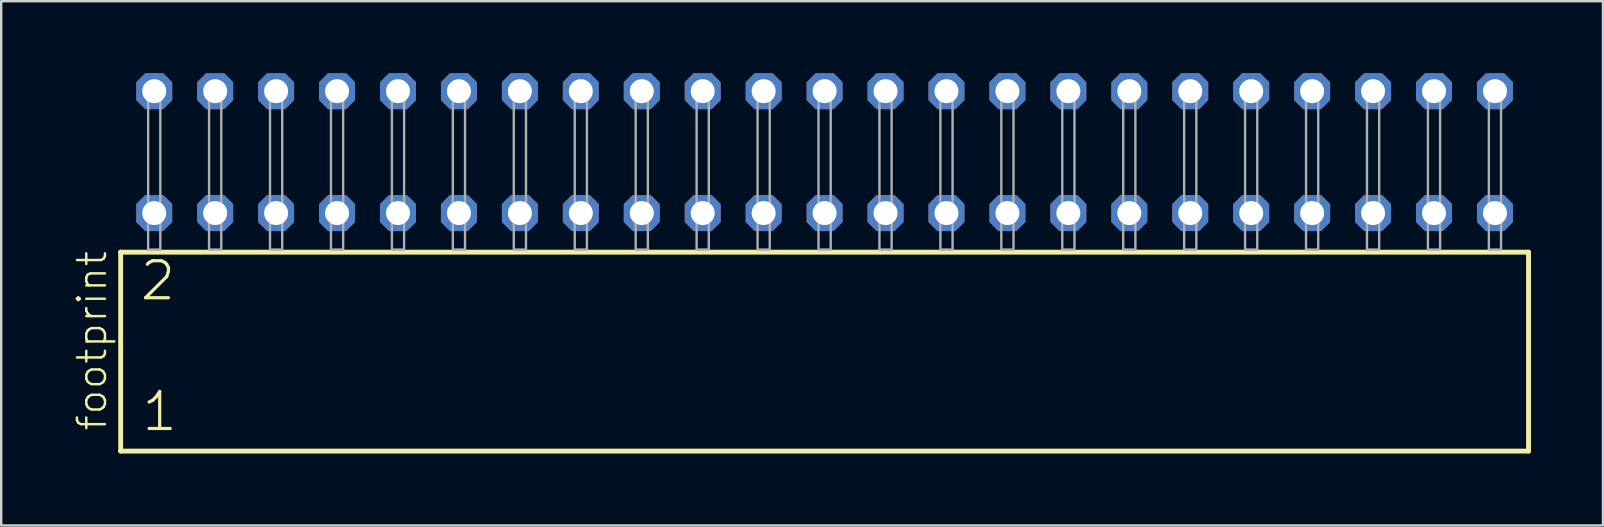
<source format=kicad_pcb>
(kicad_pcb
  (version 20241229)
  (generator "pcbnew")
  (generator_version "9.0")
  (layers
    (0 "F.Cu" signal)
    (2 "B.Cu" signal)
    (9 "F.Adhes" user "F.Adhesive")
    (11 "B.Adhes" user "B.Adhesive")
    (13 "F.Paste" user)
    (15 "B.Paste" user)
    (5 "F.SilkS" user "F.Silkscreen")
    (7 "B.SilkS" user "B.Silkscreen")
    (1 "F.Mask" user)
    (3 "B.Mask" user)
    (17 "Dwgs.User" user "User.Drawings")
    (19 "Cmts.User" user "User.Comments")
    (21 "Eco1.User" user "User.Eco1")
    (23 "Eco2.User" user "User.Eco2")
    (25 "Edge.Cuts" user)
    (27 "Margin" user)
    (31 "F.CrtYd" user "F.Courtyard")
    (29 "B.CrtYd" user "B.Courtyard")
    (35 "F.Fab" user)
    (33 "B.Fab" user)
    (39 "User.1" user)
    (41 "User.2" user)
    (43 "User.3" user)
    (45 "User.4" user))
  (footprint "footprint"
    (layer "F.Cu")
    (at 31.318 7.354)
    (property "Reference" "footprint" (at -29.845 7.62 90) (layer "F.SilkS") (effects (font (size 1.168 1.168) (thickness 0.102)) (justify left bottom)))
    (fp_line (start -29.339 0.106) (end -29.339 8.396) (stroke (width 0.203) (type solid)) (layer "F.SilkS"))
    (fp_line (start -29.339 8.396) (end 29.339 8.396) (stroke (width 0.203) (type solid)) (layer "F.SilkS"))
    (fp_line (start 29.339 0.106) (end -29.339 0.106) (stroke (width 0.203) (type solid)) (layer "F.SilkS"))
    (fp_line (start 29.339 8.396) (end 29.339 0.106) (stroke (width 0.203) (type solid)) (layer "F.SilkS"))
    (fp_poly (pts (xy -28.194 0) (xy -27.686 0) (xy -27.686 -6.858) (xy -28.194 -6.858)) (stroke (width 0.1) (type solid)) (fill no) (layer "F.Fab"))
    (fp_poly (pts (xy -25.654 0) (xy -25.146 0) (xy -25.146 -6.858) (xy -25.654 -6.858)) (stroke (width 0.1) (type solid)) (fill no) (layer "F.Fab"))
    (fp_poly (pts (xy -23.114 0) (xy -22.606 0) (xy -22.606 -6.858) (xy -23.114 -6.858)) (stroke (width 0.1) (type solid)) (fill no) (layer "F.Fab"))
    (fp_poly (pts (xy -20.574 0) (xy -20.066 0) (xy -20.066 -6.858) (xy -20.574 -6.858)) (stroke (width 0.1) (type solid)) (fill no) (layer "F.Fab"))
    (fp_poly (pts (xy -18.034 0) (xy -17.526 0) (xy -17.526 -6.858) (xy -18.034 -6.858)) (stroke (width 0.1) (type solid)) (fill no) (layer "F.Fab"))
    (fp_poly (pts (xy -15.494 0) (xy -14.986 0) (xy -14.986 -6.858) (xy -15.494 -6.858)) (stroke (width 0.1) (type solid)) (fill no) (layer "F.Fab"))
    (fp_poly (pts (xy -12.954 0) (xy -12.446 0) (xy -12.446 -6.858) (xy -12.954 -6.858)) (stroke (width 0.1) (type solid)) (fill no) (layer "F.Fab"))
    (fp_poly (pts (xy -10.414 0) (xy -9.906 0) (xy -9.906 -6.858) (xy -10.414 -6.858)) (stroke (width 0.1) (type solid)) (fill no) (layer "F.Fab"))
    (fp_poly (pts (xy -7.874 0) (xy -7.366 0) (xy -7.366 -6.858) (xy -7.874 -6.858)) (stroke (width 0.1) (type solid)) (fill no) (layer "F.Fab"))
    (fp_poly (pts (xy -5.334 0) (xy -4.826 0) (xy -4.826 -6.858) (xy -5.334 -6.858)) (stroke (width 0.1) (type solid)) (fill no) (layer "F.Fab"))
    (fp_poly (pts (xy -2.794 0) (xy -2.286 0) (xy -2.286 -6.858) (xy -2.794 -6.858)) (stroke (width 0.1) (type solid)) (fill no) (layer "F.Fab"))
    (fp_poly (pts (xy -0.254 0) (xy 0.254 0) (xy 0.254 -6.858) (xy -0.254 -6.858)) (stroke (width 0.1) (type solid)) (fill no) (layer "F.Fab"))
    (fp_poly (pts (xy 2.286 0) (xy 2.794 0) (xy 2.794 -6.858) (xy 2.286 -6.858)) (stroke (width 0.1) (type solid)) (fill no) (layer "F.Fab"))
    (fp_poly (pts (xy 4.826 0) (xy 5.334 0) (xy 5.334 -6.858) (xy 4.826 -6.858)) (stroke (width 0.1) (type solid)) (fill no) (layer "F.Fab"))
    (fp_poly (pts (xy 7.366 0) (xy 7.874 0) (xy 7.874 -6.858) (xy 7.366 -6.858)) (stroke (width 0.1) (type solid)) (fill no) (layer "F.Fab"))
    (fp_poly (pts (xy 9.906 0) (xy 10.414 0) (xy 10.414 -6.858) (xy 9.906 -6.858)) (stroke (width 0.1) (type solid)) (fill no) (layer "F.Fab"))
    (fp_poly (pts (xy 12.446 0) (xy 12.954 0) (xy 12.954 -6.858) (xy 12.446 -6.858)) (stroke (width 0.1) (type solid)) (fill no) (layer "F.Fab"))
    (fp_poly (pts (xy 14.986 0) (xy 15.494 0) (xy 15.494 -6.858) (xy 14.986 -6.858)) (stroke (width 0.1) (type solid)) (fill no) (layer "F.Fab"))
    (fp_poly (pts (xy 17.526 0) (xy 18.034 0) (xy 18.034 -6.858) (xy 17.526 -6.858)) (stroke (width 0.1) (type solid)) (fill no) (layer "F.Fab"))
    (fp_poly (pts (xy 20.066 0) (xy 20.574 0) (xy 20.574 -6.858) (xy 20.066 -6.858)) (stroke (width 0.1) (type solid)) (fill no) (layer "F.Fab"))
    (fp_poly (pts (xy 22.606 0) (xy 23.114 0) (xy 23.114 -6.858) (xy 22.606 -6.858)) (stroke (width 0.1) (type solid)) (fill no) (layer "F.Fab"))
    (fp_poly (pts (xy 25.146 0) (xy 25.654 0) (xy 25.654 -6.858) (xy 25.146 -6.858)) (stroke (width 0.1) (type solid)) (fill no) (layer "F.Fab"))
    (fp_poly (pts (xy 27.686 0) (xy 28.194 0) (xy 28.194 -6.858) (xy 27.686 -6.858)) (stroke (width 0.1) (type solid)) (fill no) (layer "F.Fab"))
    (fp_text user "2" (at -28.61 2.2 0) (layer "F.SilkS") (effects (font (size 1.542 1.542) (thickness 0.134)) (justify left bottom)))
    (fp_text user "1" (at -28.535 7.65 0) (layer "F.SilkS") (effects (font (size 1.542 1.542) (thickness 0.134)) (justify left bottom)))
    (pad "1" thru_hole roundrect (at -27.94 -1.524) (size 1.5 1.5) (drill 1) (layers "*.Cu" "*.Mask") (roundrect_rratio 0.25) (chamfer_ratio 0.25) (chamfer top_left top_right bottom_left bottom_right))
    (pad "2" thru_hole roundrect (at -27.94 -6.604) (size 1.5 1.5) (drill 1) (layers "*.Cu" "*.Mask") (roundrect_rratio 0.25) (chamfer_ratio 0.25) (chamfer top_left top_right bottom_left bottom_right))
    (pad "3" thru_hole roundrect (at -25.4 -1.524) (size 1.5 1.5) (drill 1) (layers "*.Cu" "*.Mask") (roundrect_rratio 0.25) (chamfer_ratio 0.25) (chamfer top_left top_right bottom_left bottom_right))
    (pad "4" thru_hole roundrect (at -25.4 -6.604) (size 1.5 1.5) (drill 1) (layers "*.Cu" "*.Mask") (roundrect_rratio 0.25) (chamfer_ratio 0.25) (chamfer top_left top_right bottom_left bottom_right))
    (pad "5" thru_hole roundrect (at -22.86 -1.524) (size 1.5 1.5) (drill 1) (layers "*.Cu" "*.Mask") (roundrect_rratio 0.25) (chamfer_ratio 0.25) (chamfer top_left top_right bottom_left bottom_right))
    (pad "6" thru_hole roundrect (at -22.86 -6.604) (size 1.5 1.5) (drill 1) (layers "*.Cu" "*.Mask") (roundrect_rratio 0.25) (chamfer_ratio 0.25) (chamfer top_left top_right bottom_left bottom_right))
    (pad "7" thru_hole roundrect (at -20.32 -1.524) (size 1.5 1.5) (drill 1) (layers "*.Cu" "*.Mask") (roundrect_rratio 0.25) (chamfer_ratio 0.25) (chamfer top_left top_right bottom_left bottom_right))
    (pad "8" thru_hole roundrect (at -20.32 -6.604) (size 1.5 1.5) (drill 1) (layers "*.Cu" "*.Mask") (roundrect_rratio 0.25) (chamfer_ratio 0.25) (chamfer top_left top_right bottom_left bottom_right))
    (pad "9" thru_hole roundrect (at -17.78 -1.524) (size 1.5 1.5) (drill 1) (layers "*.Cu" "*.Mask") (roundrect_rratio 0.25) (chamfer_ratio 0.25) (chamfer top_left top_right bottom_left bottom_right))
    (pad "10" thru_hole roundrect (at -17.78 -6.604) (size 1.5 1.5) (drill 1) (layers "*.Cu" "*.Mask") (roundrect_rratio 0.25) (chamfer_ratio 0.25) (chamfer top_left top_right bottom_left bottom_right))
    (pad "11" thru_hole roundrect (at -15.24 -1.524) (size 1.5 1.5) (drill 1) (layers "*.Cu" "*.Mask") (roundrect_rratio 0.25) (chamfer_ratio 0.25) (chamfer top_left top_right bottom_left bottom_right))
    (pad "12" thru_hole roundrect (at -15.24 -6.604) (size 1.5 1.5) (drill 1) (layers "*.Cu" "*.Mask") (roundrect_rratio 0.25) (chamfer_ratio 0.25) (chamfer top_left top_right bottom_left bottom_right))
    (pad "13" thru_hole roundrect (at -12.7 -1.524) (size 1.5 1.5) (drill 1) (layers "*.Cu" "*.Mask") (roundrect_rratio 0.25) (chamfer_ratio 0.25) (chamfer top_left top_right bottom_left bottom_right))
    (pad "14" thru_hole roundrect (at -12.7 -6.604) (size 1.5 1.5) (drill 1) (layers "*.Cu" "*.Mask") (roundrect_rratio 0.25) (chamfer_ratio 0.25) (chamfer top_left top_right bottom_left bottom_right))
    (pad "15" thru_hole roundrect (at -10.16 -1.524) (size 1.5 1.5) (drill 1) (layers "*.Cu" "*.Mask") (roundrect_rratio 0.25) (chamfer_ratio 0.25) (chamfer top_left top_right bottom_left bottom_right))
    (pad "16" thru_hole roundrect (at -10.16 -6.604) (size 1.5 1.5) (drill 1) (layers "*.Cu" "*.Mask") (roundrect_rratio 0.25) (chamfer_ratio 0.25) (chamfer top_left top_right bottom_left bottom_right))
    (pad "17" thru_hole roundrect (at -7.62 -1.524) (size 1.5 1.5) (drill 1) (layers "*.Cu" "*.Mask") (roundrect_rratio 0.25) (chamfer_ratio 0.25) (chamfer top_left top_right bottom_left bottom_right))
    (pad "18" thru_hole roundrect (at -7.62 -6.604) (size 1.5 1.5) (drill 1) (layers "*.Cu" "*.Mask") (roundrect_rratio 0.25) (chamfer_ratio 0.25) (chamfer top_left top_right bottom_left bottom_right))
    (pad "19" thru_hole roundrect (at -5.08 -1.524) (size 1.5 1.5) (drill 1) (layers "*.Cu" "*.Mask") (roundrect_rratio 0.25) (chamfer_ratio 0.25) (chamfer top_left top_right bottom_left bottom_right))
    (pad "20" thru_hole roundrect (at -5.08 -6.604) (size 1.5 1.5) (drill 1) (layers "*.Cu" "*.Mask") (roundrect_rratio 0.25) (chamfer_ratio 0.25) (chamfer top_left top_right bottom_left bottom_right))
    (pad "21" thru_hole roundrect (at -2.54 -1.524) (size 1.5 1.5) (drill 1) (layers "*.Cu" "*.Mask") (roundrect_rratio 0.25) (chamfer_ratio 0.25) (chamfer top_left top_right bottom_left bottom_right))
    (pad "22" thru_hole roundrect (at -2.54 -6.604) (size 1.5 1.5) (drill 1) (layers "*.Cu" "*.Mask") (roundrect_rratio 0.25) (chamfer_ratio 0.25) (chamfer top_left top_right bottom_left bottom_right))
    (pad "23" thru_hole roundrect (at 0 -1.524) (size 1.5 1.5) (drill 1) (layers "*.Cu" "*.Mask") (roundrect_rratio 0.25) (chamfer_ratio 0.25) (chamfer top_left top_right bottom_left bottom_right))
    (pad "24" thru_hole roundrect (at 0 -6.604) (size 1.5 1.5) (drill 1) (layers "*.Cu" "*.Mask") (roundrect_rratio 0.25) (chamfer_ratio 0.25) (chamfer top_left top_right bottom_left bottom_right))
    (pad "25" thru_hole roundrect (at 2.54 -1.524) (size 1.5 1.5) (drill 1) (layers "*.Cu" "*.Mask") (roundrect_rratio 0.25) (chamfer_ratio 0.25) (chamfer top_left top_right bottom_left bottom_right))
    (pad "26" thru_hole roundrect (at 2.54 -6.604) (size 1.5 1.5) (drill 1) (layers "*.Cu" "*.Mask") (roundrect_rratio 0.25) (chamfer_ratio 0.25) (chamfer top_left top_right bottom_left bottom_right))
    (pad "27" thru_hole roundrect (at 5.08 -1.524) (size 1.5 1.5) (drill 1) (layers "*.Cu" "*.Mask") (roundrect_rratio 0.25) (chamfer_ratio 0.25) (chamfer top_left top_right bottom_left bottom_right))
    (pad "28" thru_hole roundrect (at 5.08 -6.604) (size 1.5 1.5) (drill 1) (layers "*.Cu" "*.Mask") (roundrect_rratio 0.25) (chamfer_ratio 0.25) (chamfer top_left top_right bottom_left bottom_right))
    (pad "29" thru_hole roundrect (at 7.62 -1.524) (size 1.5 1.5) (drill 1) (layers "*.Cu" "*.Mask") (roundrect_rratio 0.25) (chamfer_ratio 0.25) (chamfer top_left top_right bottom_left bottom_right))
    (pad "30" thru_hole roundrect (at 7.62 -6.604) (size 1.5 1.5) (drill 1) (layers "*.Cu" "*.Mask") (roundrect_rratio 0.25) (chamfer_ratio 0.25) (chamfer top_left top_right bottom_left bottom_right))
    (pad "31" thru_hole roundrect (at 10.16 -1.524) (size 1.5 1.5) (drill 1) (layers "*.Cu" "*.Mask") (roundrect_rratio 0.25) (chamfer_ratio 0.25) (chamfer top_left top_right bottom_left bottom_right))
    (pad "32" thru_hole roundrect (at 10.16 -6.604) (size 1.5 1.5) (drill 1) (layers "*.Cu" "*.Mask") (roundrect_rratio 0.25) (chamfer_ratio 0.25) (chamfer top_left top_right bottom_left bottom_right))
    (pad "33" thru_hole roundrect (at 12.7 -1.524) (size 1.5 1.5) (drill 1) (layers "*.Cu" "*.Mask") (roundrect_rratio 0.25) (chamfer_ratio 0.25) (chamfer top_left top_right bottom_left bottom_right))
    (pad "34" thru_hole roundrect (at 12.7 -6.604) (size 1.5 1.5) (drill 1) (layers "*.Cu" "*.Mask") (roundrect_rratio 0.25) (chamfer_ratio 0.25) (chamfer top_left top_right bottom_left bottom_right))
    (pad "35" thru_hole roundrect (at 15.24 -1.524) (size 1.5 1.5) (drill 1) (layers "*.Cu" "*.Mask") (roundrect_rratio 0.25) (chamfer_ratio 0.25) (chamfer top_left top_right bottom_left bottom_right))
    (pad "36" thru_hole roundrect (at 15.24 -6.604) (size 1.5 1.5) (drill 1) (layers "*.Cu" "*.Mask") (roundrect_rratio 0.25) (chamfer_ratio 0.25) (chamfer top_left top_right bottom_left bottom_right))
    (pad "37" thru_hole roundrect (at 17.78 -1.524) (size 1.5 1.5) (drill 1) (layers "*.Cu" "*.Mask") (roundrect_rratio 0.25) (chamfer_ratio 0.25) (chamfer top_left top_right bottom_left bottom_right))
    (pad "38" thru_hole roundrect (at 17.78 -6.604) (size 1.5 1.5) (drill 1) (layers "*.Cu" "*.Mask") (roundrect_rratio 0.25) (chamfer_ratio 0.25) (chamfer top_left top_right bottom_left bottom_right))
    (pad "39" thru_hole roundrect (at 20.32 -1.524) (size 1.5 1.5) (drill 1) (layers "*.Cu" "*.Mask") (roundrect_rratio 0.25) (chamfer_ratio 0.25) (chamfer top_left top_right bottom_left bottom_right))
    (pad "40" thru_hole roundrect (at 20.32 -6.604) (size 1.5 1.5) (drill 1) (layers "*.Cu" "*.Mask") (roundrect_rratio 0.25) (chamfer_ratio 0.25) (chamfer top_left top_right bottom_left bottom_right))
    (pad "41" thru_hole roundrect (at 22.86 -1.524) (size 1.5 1.5) (drill 1) (layers "*.Cu" "*.Mask") (roundrect_rratio 0.25) (chamfer_ratio 0.25) (chamfer top_left top_right bottom_left bottom_right))
    (pad "42" thru_hole roundrect (at 22.86 -6.604) (size 1.5 1.5) (drill 1) (layers "*.Cu" "*.Mask") (roundrect_rratio 0.25) (chamfer_ratio 0.25) (chamfer top_left top_right bottom_left bottom_right))
    (pad "43" thru_hole roundrect (at 25.4 -1.524) (size 1.5 1.5) (drill 1) (layers "*.Cu" "*.Mask") (roundrect_rratio 0.25) (chamfer_ratio 0.25) (chamfer top_left top_right bottom_left bottom_right))
    (pad "44" thru_hole roundrect (at 25.4 -6.604) (size 1.5 1.5) (drill 1) (layers "*.Cu" "*.Mask") (roundrect_rratio 0.25) (chamfer_ratio 0.25) (chamfer top_left top_right bottom_left bottom_right))
    (pad "45" thru_hole roundrect (at 27.94 -1.524) (size 1.5 1.5) (drill 1) (layers "*.Cu" "*.Mask") (roundrect_rratio 0.25) (chamfer_ratio 0.25) (chamfer top_left top_right bottom_left bottom_right))
    (pad "46" thru_hole roundrect (at 27.94 -6.604) (size 1.5 1.5) (drill 1) (layers "*.Cu" "*.Mask") (roundrect_rratio 0.25) (chamfer_ratio 0.25) (chamfer top_left top_right bottom_left bottom_right)))
  (gr_rect
    (start -3 -3)
    (end 63.759 18.852)
    (stroke (width 0.1) (type default))
    (fill no)
    (layer "Edge.Cuts")))
</source>
